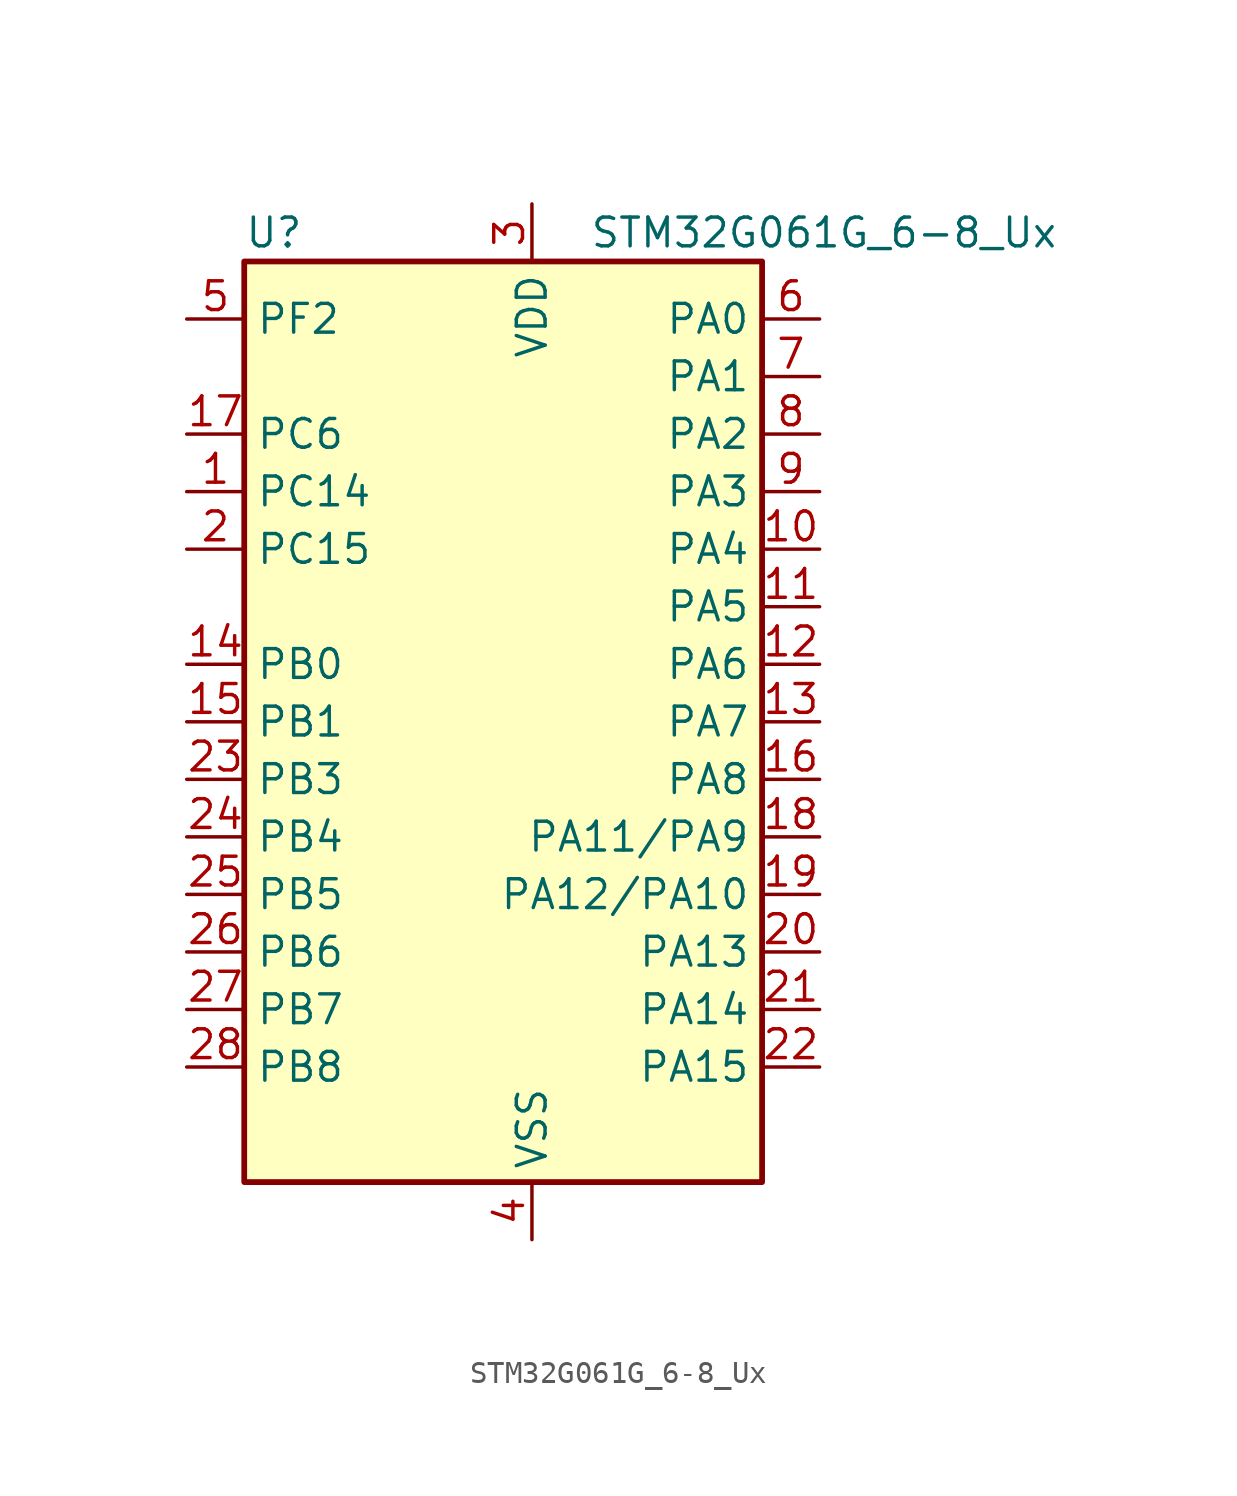
<source format=kicad_sym>
(kicad_symbol_lib
  (version 20220914)
  (generator kicad_symbol_editor)
  (symbol "STM32G061G_6-8_Ux"
    (property "Reference" "U"
      (at -10.16 21.59 0)
      (effects (font (size 1.27 1.27)) (justify left)))
    (property "Value" "STM32G061G_6-8_Ux"
      (at 5.08 21.59 0)
      (effects (font (size 1.27 1.27)) (justify left)))
    (property "ki_locked" ""
      (at 0 0 0)
      (effects (font (size 1.27 1.27))))
    (symbol "STM32G061G_6-8_Ux_0_1"
      (rectangle (start -10.16 -20.32) (end 12.7 20.32) (stroke (width 0.254) (type default)) (fill (type background))))
    (symbol "STM32G061G_6-8_Ux_1_1"
      (pin bidirectional line (at -12.7 10.16 0) (length 2.54) (name "PC14" (effects (font (size 1.27 1.27)))) (number "1" (effects (font (size 1.27 1.27)))) (alternate "RCC_OSC32_IN" bidirectional line) (alternate "RCC_OSC_IN" bidirectional line) (alternate "TIM1_BK2" bidirectional line))
      (pin bidirectional line (at 15.24 7.62 180) (length 2.54) (name "PA4" (effects (font (size 1.27 1.27)))) (number "10" (effects (font (size 1.27 1.27)))) (alternate "ADC1_IN4" bidirectional line) (alternate "DAC1_OUT1" bidirectional line) (alternate "I2S1_WS" bidirectional line) (alternate "LPTIM2_OUT" bidirectional line) (alternate "RTC_OUT1" bidirectional line) (alternate "RTC_TAMP_IN1" bidirectional line) (alternate "RTC_TS" bidirectional line) (alternate "SPI1_NSS" bidirectional line) (alternate "SPI2_MOSI" bidirectional line) (alternate "SYS_WKUP2" bidirectional line) (alternate "TIM14_CH1" bidirectional line))
      (pin bidirectional line (at 15.24 5.08 180) (length 2.54) (name "PA5" (effects (font (size 1.27 1.27)))) (number "11" (effects (font (size 1.27 1.27)))) (alternate "ADC1_IN5" bidirectional line) (alternate "DAC1_OUT2" bidirectional line) (alternate "I2S1_CK" bidirectional line) (alternate "LPTIM2_ETR" bidirectional line) (alternate "SPI1_SCK" bidirectional line) (alternate "TIM2_CH1" bidirectional line) (alternate "TIM2_ETR" bidirectional line))
      (pin bidirectional line (at 15.24 2.54 180) (length 2.54) (name "PA6" (effects (font (size 1.27 1.27)))) (number "12" (effects (font (size 1.27 1.27)))) (alternate "ADC1_IN6" bidirectional line) (alternate "COMP1_OUT" bidirectional line) (alternate "I2S1_MCK" bidirectional line) (alternate "LPUART1_CTS" bidirectional line) (alternate "SPI1_MISO" bidirectional line) (alternate "TIM16_CH1" bidirectional line) (alternate "TIM1_BK" bidirectional line) (alternate "TIM3_CH1" bidirectional line))
      (pin bidirectional line (at 15.24 0 180) (length 2.54) (name "PA7" (effects (font (size 1.27 1.27)))) (number "13" (effects (font (size 1.27 1.27)))) (alternate "ADC1_IN7" bidirectional line) (alternate "COMP2_OUT" bidirectional line) (alternate "I2S1_SD" bidirectional line) (alternate "SPI1_MOSI" bidirectional line) (alternate "TIM14_CH1" bidirectional line) (alternate "TIM17_CH1" bidirectional line) (alternate "TIM1_CH1N" bidirectional line) (alternate "TIM3_CH2" bidirectional line))
      (pin bidirectional line (at -12.7 2.54 0) (length 2.54) (name "PB0" (effects (font (size 1.27 1.27)))) (number "14" (effects (font (size 1.27 1.27)))) (alternate "ADC1_IN8" bidirectional line) (alternate "COMP1_OUT" bidirectional line) (alternate "I2S1_WS" bidirectional line) (alternate "LPTIM1_OUT" bidirectional line) (alternate "SPI1_NSS" bidirectional line) (alternate "TIM1_CH2N" bidirectional line) (alternate "TIM3_CH3" bidirectional line))
      (pin bidirectional line (at -12.7 0 0) (length 2.54) (name "PB1" (effects (font (size 1.27 1.27)))) (number "15" (effects (font (size 1.27 1.27)))) (alternate "ADC1_IN9" bidirectional line) (alternate "COMP1_INM" bidirectional line) (alternate "LPTIM2_IN1" bidirectional line) (alternate "LPUART1_DE" bidirectional line) (alternate "LPUART1_RTS" bidirectional line) (alternate "TIM14_CH1" bidirectional line) (alternate "TIM1_CH3N" bidirectional line) (alternate "TIM3_CH4" bidirectional line))
      (pin bidirectional line (at 15.24 -2.54 180) (length 2.54) (name "PA8" (effects (font (size 1.27 1.27)))) (number "16" (effects (font (size 1.27 1.27)))) (alternate "LPTIM2_OUT" bidirectional line) (alternate "RCC_MCO" bidirectional line) (alternate "SPI2_NSS" bidirectional line) (alternate "TIM1_CH1" bidirectional line))
      (pin bidirectional line (at -12.7 12.7 0) (length 2.54) (name "PC6" (effects (font (size 1.27 1.27)))) (number "17" (effects (font (size 1.27 1.27)))) (alternate "TIM2_CH3" bidirectional line) (alternate "TIM3_CH1" bidirectional line))
      (pin bidirectional line (at 15.24 -5.08 180) (length 2.54) (name "PA11/PA9" (effects (font (size 1.27 1.27)))) (number "18" (effects (font (size 1.27 1.27)))) (alternate "ADC1_EXTI11" bidirectional line) (alternate "ADC1_IN15" bidirectional line) (alternate "COMP1_OUT" bidirectional line) (alternate "I2C2_SCL" bidirectional line) (alternate "I2S1_MCK" bidirectional line) (alternate "SPI1_MISO" bidirectional line) (alternate "TIM1_BK2" bidirectional line) (alternate "TIM1_CH4" bidirectional line) (alternate "USART1_CTS" bidirectional line) (alternate "USART1_NSS" bidirectional line))
      (pin bidirectional line (at 15.24 -7.62 180) (length 2.54) (name "PA12/PA10" (effects (font (size 1.27 1.27)))) (number "19" (effects (font (size 1.27 1.27)))) (alternate "ADC1_IN16" bidirectional line) (alternate "COMP2_OUT" bidirectional line) (alternate "I2C2_SDA" bidirectional line) (alternate "I2S1_SD" bidirectional line) (alternate "I2S_CKIN" bidirectional line) (alternate "SPI1_MOSI" bidirectional line) (alternate "TIM1_ETR" bidirectional line) (alternate "USART1_CK" bidirectional line) (alternate "USART1_DE" bidirectional line) (alternate "USART1_RTS" bidirectional line))
      (pin bidirectional line (at -12.7 7.62 0) (length 2.54) (name "PC15" (effects (font (size 1.27 1.27)))) (number "2" (effects (font (size 1.27 1.27)))) (alternate "RCC_OSC32_EN" bidirectional line) (alternate "RCC_OSC32_OUT" bidirectional line) (alternate "RCC_OSC_EN" bidirectional line) (alternate "TIM15_BK" bidirectional line))
      (pin bidirectional line (at 15.24 -10.16 180) (length 2.54) (name "PA13" (effects (font (size 1.27 1.27)))) (number "20" (effects (font (size 1.27 1.27)))) (alternate "ADC1_IN17" bidirectional line) (alternate "IR_OUT" bidirectional line) (alternate "SYS_SWDIO" bidirectional line))
      (pin bidirectional line (at 15.24 -12.7 180) (length 2.54) (name "PA14" (effects (font (size 1.27 1.27)))) (number "21" (effects (font (size 1.27 1.27)))) (alternate "ADC1_IN18" bidirectional line) (alternate "SYS_SWCLK" bidirectional line) (alternate "USART2_TX" bidirectional line))
      (pin bidirectional line (at 15.24 -15.24 180) (length 2.54) (name "PA15" (effects (font (size 1.27 1.27)))) (number "22" (effects (font (size 1.27 1.27)))) (alternate "I2S1_WS" bidirectional line) (alternate "SPI1_NSS" bidirectional line) (alternate "TIM2_CH1" bidirectional line) (alternate "TIM2_ETR" bidirectional line) (alternate "USART2_RX" bidirectional line))
      (pin bidirectional line (at -12.7 -2.54 0) (length 2.54) (name "PB3" (effects (font (size 1.27 1.27)))) (number "23" (effects (font (size 1.27 1.27)))) (alternate "COMP2_INM" bidirectional line) (alternate "I2S1_CK" bidirectional line) (alternate "SPI1_SCK" bidirectional line) (alternate "TIM1_CH2" bidirectional line) (alternate "TIM2_CH2" bidirectional line) (alternate "USART1_CK" bidirectional line) (alternate "USART1_DE" bidirectional line) (alternate "USART1_RTS" bidirectional line))
      (pin bidirectional line (at -12.7 -5.08 0) (length 2.54) (name "PB4" (effects (font (size 1.27 1.27)))) (number "24" (effects (font (size 1.27 1.27)))) (alternate "COMP2_INP" bidirectional line) (alternate "I2S1_MCK" bidirectional line) (alternate "SPI1_MISO" bidirectional line) (alternate "TIM17_BK" bidirectional line) (alternate "TIM3_CH1" bidirectional line) (alternate "USART1_CTS" bidirectional line) (alternate "USART1_NSS" bidirectional line))
      (pin bidirectional line (at -12.7 -7.62 0) (length 2.54) (name "PB5" (effects (font (size 1.27 1.27)))) (number "25" (effects (font (size 1.27 1.27)))) (alternate "COMP2_OUT" bidirectional line) (alternate "I2C1_SMBA" bidirectional line) (alternate "I2S1_SD" bidirectional line) (alternate "LPTIM1_IN1" bidirectional line) (alternate "SPI1_MOSI" bidirectional line) (alternate "SYS_WKUP6" bidirectional line) (alternate "TIM16_BK" bidirectional line) (alternate "TIM3_CH2" bidirectional line))
      (pin bidirectional line (at -12.7 -10.16 0) (length 2.54) (name "PB6" (effects (font (size 1.27 1.27)))) (number "26" (effects (font (size 1.27 1.27)))) (alternate "COMP2_INP" bidirectional line) (alternate "I2C1_SCL" bidirectional line) (alternate "LPTIM1_ETR" bidirectional line) (alternate "SPI2_MISO" bidirectional line) (alternate "TIM16_CH1N" bidirectional line) (alternate "TIM1_CH3" bidirectional line) (alternate "USART1_TX" bidirectional line))
      (pin bidirectional line (at -12.7 -12.7 0) (length 2.54) (name "PB7" (effects (font (size 1.27 1.27)))) (number "27" (effects (font (size 1.27 1.27)))) (alternate "ADC1_IN11" bidirectional line) (alternate "COMP2_INM" bidirectional line) (alternate "I2C1_SDA" bidirectional line) (alternate "LPTIM1_IN2" bidirectional line) (alternate "SPI2_MOSI" bidirectional line) (alternate "SYS_PVD_IN" bidirectional line) (alternate "TIM17_CH1N" bidirectional line) (alternate "USART1_RX" bidirectional line))
      (pin bidirectional line (at -12.7 -15.24 0) (length 2.54) (name "PB8" (effects (font (size 1.27 1.27)))) (number "28" (effects (font (size 1.27 1.27)))) (alternate "I2C1_SCL" bidirectional line) (alternate "SPI2_SCK" bidirectional line) (alternate "TIM15_BK" bidirectional line) (alternate "TIM16_CH1" bidirectional line))
      (pin power_in line (at 2.54 22.86 270) (length 2.54) (name "VDD" (effects (font (size 1.27 1.27)))) (number "3" (effects (font (size 1.27 1.27)))))
      (pin power_in line (at 2.54 -22.86 90) (length 2.54) (name "VSS" (effects (font (size 1.27 1.27)))) (number "4" (effects (font (size 1.27 1.27)))))
      (pin bidirectional line (at -12.7 17.78 0) (length 2.54) (name "PF2" (effects (font (size 1.27 1.27)))) (number "5" (effects (font (size 1.27 1.27)))) (alternate "RCC_MCO" bidirectional line))
      (pin bidirectional line (at 15.24 17.78 180) (length 2.54) (name "PA0" (effects (font (size 1.27 1.27)))) (number "6" (effects (font (size 1.27 1.27)))) (alternate "ADC1_IN0" bidirectional line) (alternate "COMP1_INM" bidirectional line) (alternate "COMP1_OUT" bidirectional line) (alternate "LPTIM1_OUT" bidirectional line) (alternate "RTC_TAMP_IN2" bidirectional line) (alternate "SPI2_SCK" bidirectional line) (alternate "SYS_WKUP1" bidirectional line) (alternate "TIM2_CH1" bidirectional line) (alternate "TIM2_ETR" bidirectional line) (alternate "USART2_CTS" bidirectional line) (alternate "USART2_NSS" bidirectional line))
      (pin bidirectional line (at 15.24 15.24 180) (length 2.54) (name "PA1" (effects (font (size 1.27 1.27)))) (number "7" (effects (font (size 1.27 1.27)))) (alternate "ADC1_IN1" bidirectional line) (alternate "COMP1_INP" bidirectional line) (alternate "I2C1_SMBA" bidirectional line) (alternate "I2S1_CK" bidirectional line) (alternate "SPI1_SCK" bidirectional line) (alternate "TIM15_CH1N" bidirectional line) (alternate "TIM2_CH2" bidirectional line) (alternate "USART2_CK" bidirectional line) (alternate "USART2_DE" bidirectional line) (alternate "USART2_RTS" bidirectional line))
      (pin bidirectional line (at 15.24 12.7 180) (length 2.54) (name "PA2" (effects (font (size 1.27 1.27)))) (number "8" (effects (font (size 1.27 1.27)))) (alternate "ADC1_IN2" bidirectional line) (alternate "COMP2_INM" bidirectional line) (alternate "COMP2_OUT" bidirectional line) (alternate "I2S1_SD" bidirectional line) (alternate "LPUART1_TX" bidirectional line) (alternate "RCC_LSCO" bidirectional line) (alternate "SPI1_MOSI" bidirectional line) (alternate "SYS_WKUP4" bidirectional line) (alternate "TIM15_CH1" bidirectional line) (alternate "TIM2_CH3" bidirectional line) (alternate "USART2_TX" bidirectional line))
      (pin bidirectional line (at 15.24 10.16 180) (length 2.54) (name "PA3" (effects (font (size 1.27 1.27)))) (number "9" (effects (font (size 1.27 1.27)))) (alternate "ADC1_IN3" bidirectional line) (alternate "COMP2_INP" bidirectional line) (alternate "LPUART1_RX" bidirectional line) (alternate "SPI2_MISO" bidirectional line) (alternate "TIM15_CH2" bidirectional line) (alternate "TIM2_CH4" bidirectional line) (alternate "USART2_RX" bidirectional line)))))
</source>
